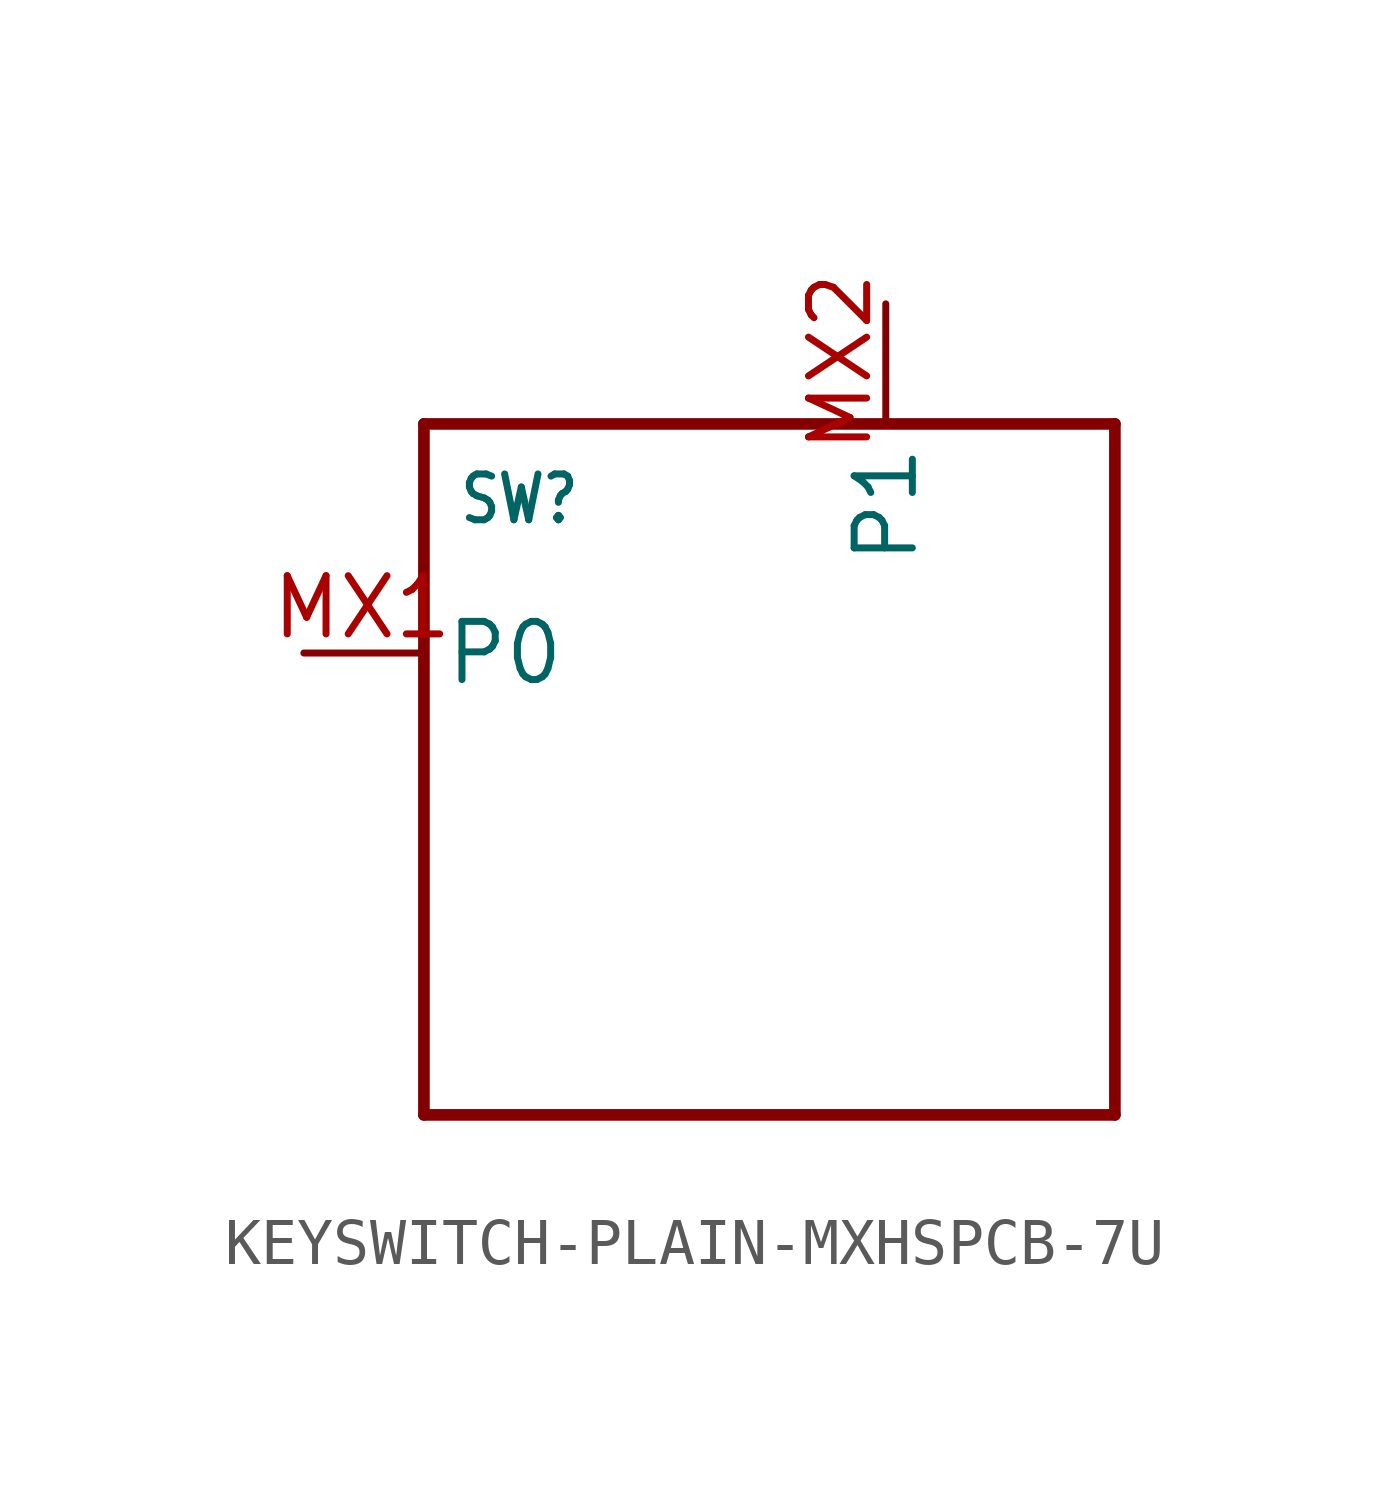
<source format=kicad_sym>
(kicad_symbol_lib
  (version 20211014)
  (generator kicad_symbol_editor)
  (symbol "KEYSWITCH-PLAIN-MXHSPCB-7U"
    (property "Reference" "SW"
      (at -6.81 5.318 0)
      (effects (font (size 1 0.85)) (justify left bottom)))
    (property "ki_locked" ""
      (at 0 0 0)
      (effects (font (size 1.27 1.27))))
    (symbol "KEYSWITCH-PLAIN-MXHSPCB-7U_1_0"
      (polyline (pts (xy -7.54 -7.54) (xy -7.54 7.54)) (stroke (width 0.254) (type default) (color 0 0 0 0)) (fill (type none)))
      (polyline (pts (xy -7.54 7.54) (xy 7.54 7.54)) (stroke (width 0.254) (type default) (color 0 0 0 0)) (fill (type none)))
      (polyline (pts (xy 7.54 -7.54) (xy -7.54 -7.54)) (stroke (width 0.254) (type default) (color 0 0 0 0)) (fill (type none)))
      (polyline (pts (xy 7.54 7.54) (xy 7.54 -7.54)) (stroke (width 0.254) (type default) (color 0 0 0 0)) (fill (type none)))
      (pin bidirectional line (at -10.16 2.54 0) (length 2.54) (name "P0" (effects (font (size 1.27 1.27)))) (number "MX1" (effects (font (size 1.27 1.27)))))
      (pin bidirectional line (at 2.54 10.16 270) (length 2.54) (name "P1" (effects (font (size 1.27 1.27)))) (number "MX2" (effects (font (size 1.27 1.27))))))))
</source>
